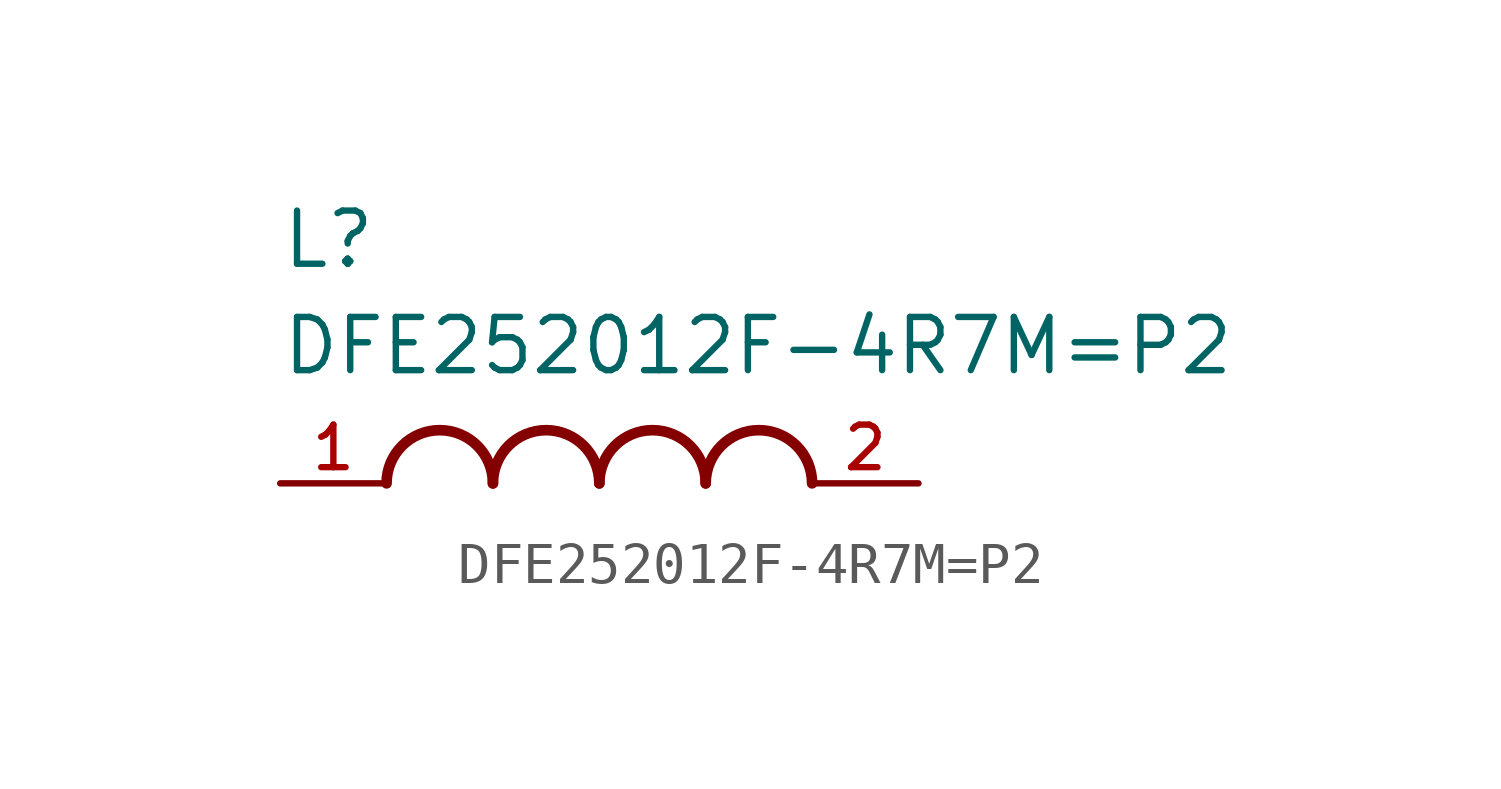
<source format=kicad_sym>
(kicad_symbol_lib
  (version 20211014)
  (generator kicad_symbol_editor)
  (symbol "DFE252012F-4R7M=P2"
    (pin_names
      (offset 1.016))
    (property "Reference" "L"
      (at -7.62 5.08 0)
      (effects (font (size 1.27 1.27)) (justify bottom left)))
    (property "Value" "DFE252012F-4R7M=P2"
      (at -7.62 2.54 0)
      (effects (font (size 1.27 1.27)) (justify bottom left)))
    (symbol "DFE252012F-4R7M=P2_0_0"
      (arc (start -2.54 0.0) (mid -3.81 1.27) (end -5.08 0.0) (stroke (width 0.254) (type default) (color 0 0 0 0)) (fill (type none)))
      (arc (start 0.0 0.0) (mid -1.27 1.27) (end -2.54 0.0) (stroke (width 0.254) (type default) (color 0 0 0 0)) (fill (type none)))
      (arc (start 2.54 0.0) (mid 1.27 1.27) (end 0.0 0.0) (stroke (width 0.254) (type default) (color 0 0 0 0)) (fill (type none)))
      (arc (start 5.08 0.0) (mid 3.81 1.27) (end 2.54 0.0) (stroke (width 0.254) (type default) (color 0 0 0 0)) (fill (type none)))
      (pin passive line (at -7.62 0.0 0) (length 2.54) (name "~" (effects (font (size 1.016 1.016)))) (number "1" (effects (font (size 1.016 1.016)))))
      (pin passive line (at 7.62 0.0 180.0) (length 2.54) (name "~" (effects (font (size 1.016 1.016)))) (number "2" (effects (font (size 1.016 1.016))))))))
</source>
